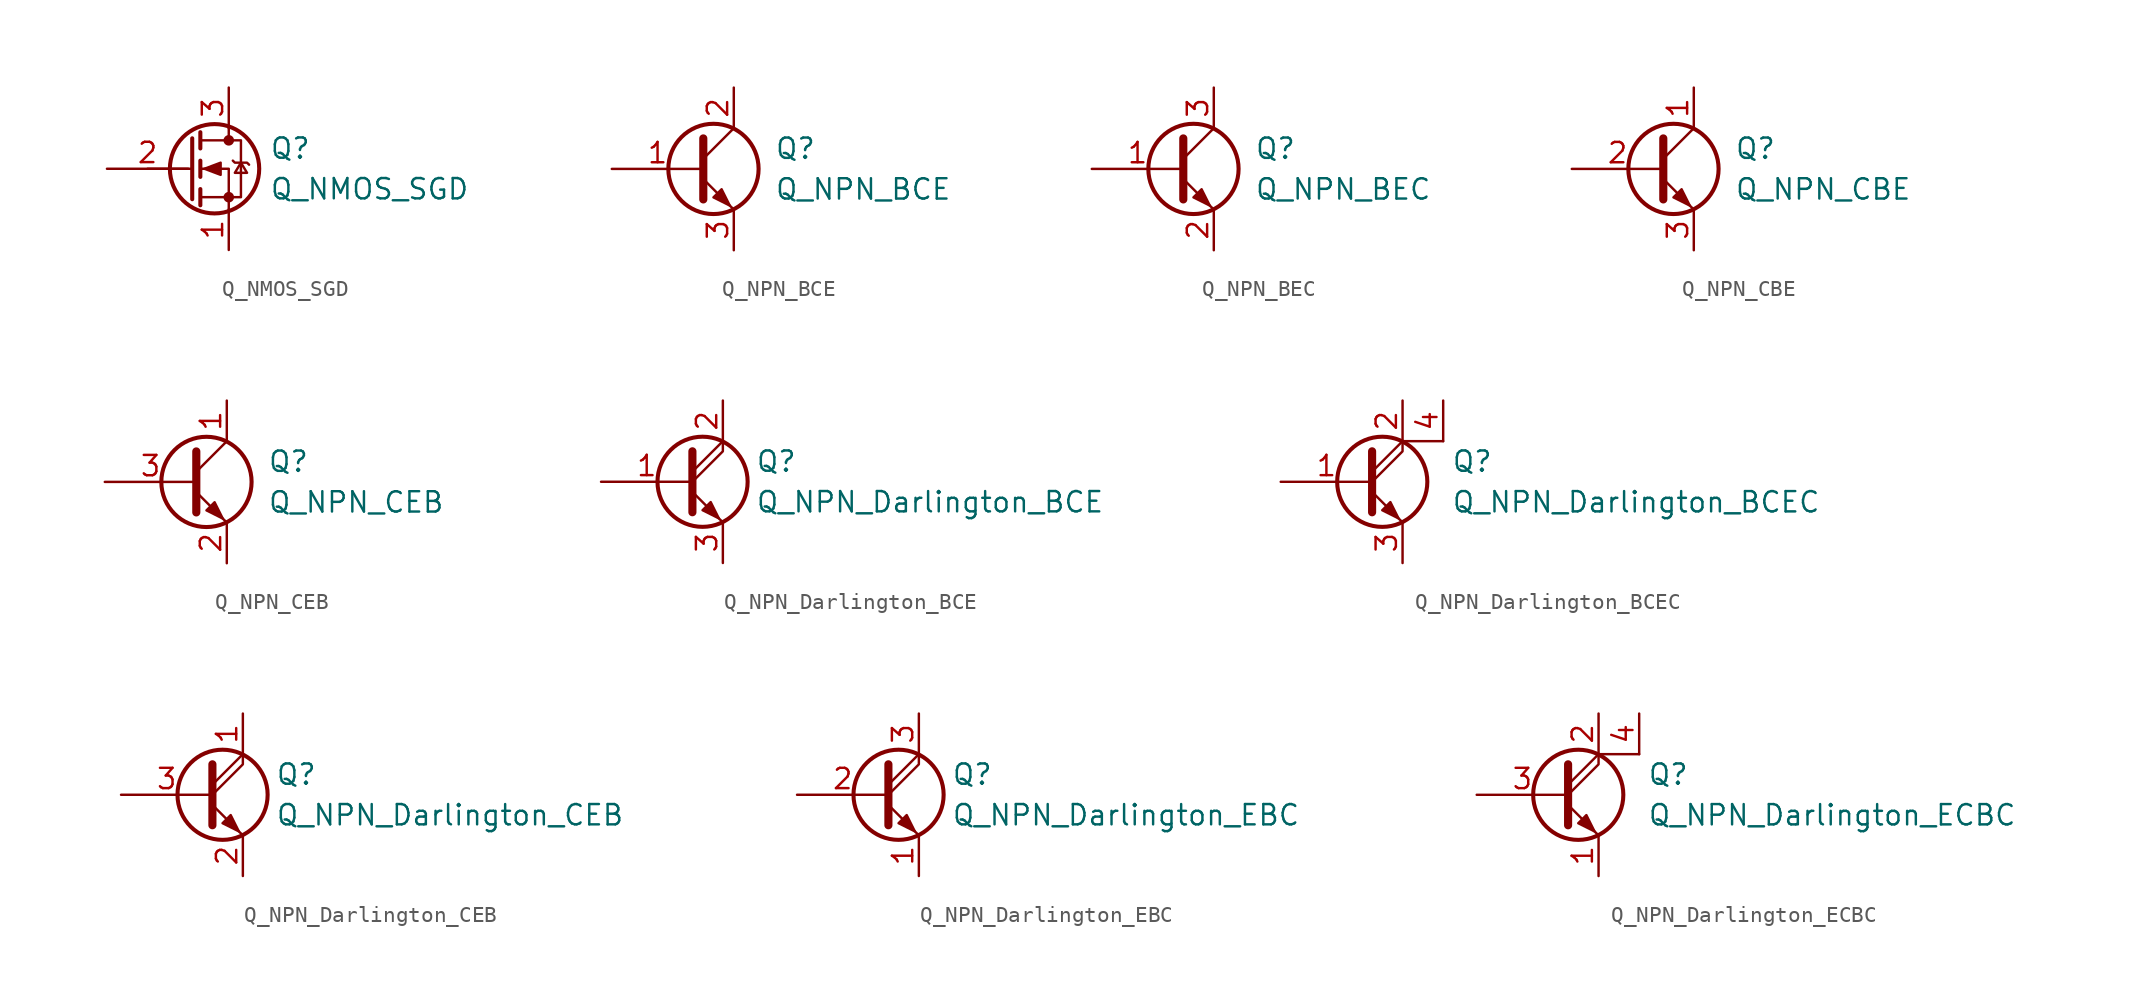
<source format=kicad_sym>
(kicad_symbol_lib
  (version 20211014)
  (generator kicad_symbol_editor)
  (symbol "Q_NMOS_SGD"
    (pin_names
      (offset 0) hide)
    (property "Reference" "Q"
      (at 5.08 1.27 0)
      (effects (font (size 1.27 1.27)) (justify left)))
    (property "Value" "Q_NMOS_SGD"
      (at 5.08 -1.27 0)
      (effects (font (size 1.27 1.27)) (justify left)))
    (symbol "Q_NMOS_SGD_0_1"
      (polyline (pts (xy 0.254 0) (xy -2.54 0)) (stroke (width 0) (type default) (color 0 0 0 0)) (fill (type none)))
      (polyline (pts (xy 0.254 1.905) (xy 0.254 -1.905)) (stroke (width 0.254) (type default) (color 0 0 0 0)) (fill (type none)))
      (polyline (pts (xy 0.762 -1.27) (xy 0.762 -2.286)) (stroke (width 0.254) (type default) (color 0 0 0 0)) (fill (type none)))
      (polyline (pts (xy 0.762 0.508) (xy 0.762 -0.508)) (stroke (width 0.254) (type default) (color 0 0 0 0)) (fill (type none)))
      (polyline (pts (xy 0.762 2.286) (xy 0.762 1.27)) (stroke (width 0.254) (type default) (color 0 0 0 0)) (fill (type none)))
      (polyline (pts (xy 2.54 2.54) (xy 2.54 1.778)) (stroke (width 0) (type default) (color 0 0 0 0)) (fill (type none)))
      (polyline (pts (xy 2.54 -2.54) (xy 2.54 0) (xy 0.762 0)) (stroke (width 0) (type default) (color 0 0 0 0)) (fill (type none)))
      (polyline (pts (xy 0.762 -1.778) (xy 3.302 -1.778) (xy 3.302 1.778) (xy 0.762 1.778)) (stroke (width 0) (type default) (color 0 0 0 0)) (fill (type none)))
      (polyline (pts (xy 1.016 0) (xy 2.032 0.381) (xy 2.032 -0.381) (xy 1.016 0)) (stroke (width 0) (type default) (color 0 0 0 0)) (fill (type outline)))
      (polyline (pts (xy 2.794 0.508) (xy 2.921 0.381) (xy 3.683 0.381) (xy 3.81 0.254)) (stroke (width 0) (type default) (color 0 0 0 0)) (fill (type none)))
      (polyline (pts (xy 3.302 0.381) (xy 2.921 -0.254) (xy 3.683 -0.254) (xy 3.302 0.381)) (stroke (width 0) (type default) (color 0 0 0 0)) (fill (type none)))
      (circle (center 1.651 0) (radius 2.794) (stroke (width 0.254) (type default) (color 0 0 0 0)) (fill (type none)))
      (circle (center 2.54 -1.778) (radius 0.254) (stroke (width 0) (type default) (color 0 0 0 0)) (fill (type outline)))
      (circle (center 2.54 1.778) (radius 0.254) (stroke (width 0) (type default) (color 0 0 0 0)) (fill (type outline))))
    (symbol "Q_NMOS_SGD_1_1"
      (pin passive line (at 2.54 -5.08 90) (length 2.54) (name "S" (effects (font (size 1.27 1.27)))) (number "1" (effects (font (size 1.27 1.27)))))
      (pin input line (at -5.08 0 0) (length 5.08) (name "G" (effects (font (size 1.27 1.27)))) (number "2" (effects (font (size 1.27 1.27)))))
      (pin passive line (at 2.54 5.08 270) (length 2.54) (name "D" (effects (font (size 1.27 1.27)))) (number "3" (effects (font (size 1.27 1.27)))))))
  (symbol "Q_NPN_BCE"
    (pin_names
      (offset 0) hide)
    (property "Reference" "Q"
      (at 5.08 1.27 0)
      (effects (font (size 1.27 1.27)) (justify left)))
    (property "Value" "Q_NPN_BCE"
      (at 5.08 -1.27 0)
      (effects (font (size 1.27 1.27)) (justify left)))
    (symbol "Q_NPN_BCE_0_1"
      (polyline (pts (xy 0.635 0.635) (xy 2.54 2.54)) (stroke (width 0) (type default) (color 0 0 0 0)) (fill (type none)))
      (polyline (pts (xy 0.635 -0.635) (xy 2.54 -2.54) (xy 2.54 -2.54)) (stroke (width 0) (type default) (color 0 0 0 0)) (fill (type none)))
      (polyline (pts (xy 0.635 1.905) (xy 0.635 -1.905) (xy 0.635 -1.905)) (stroke (width 0.508) (type default) (color 0 0 0 0)) (fill (type none)))
      (polyline (pts (xy 1.27 -1.778) (xy 1.778 -1.27) (xy 2.286 -2.286) (xy 1.27 -1.778) (xy 1.27 -1.778)) (stroke (width 0) (type default) (color 0 0 0 0)) (fill (type outline)))
      (circle (center 1.27 0) (radius 2.819) (stroke (width 0.254) (type default) (color 0 0 0 0)) (fill (type none))))
    (symbol "Q_NPN_BCE_1_1"
      (pin input line (at -5.08 0 0) (length 5.715) (name "B" (effects (font (size 1.27 1.27)))) (number "1" (effects (font (size 1.27 1.27)))))
      (pin passive line (at 2.54 5.08 270) (length 2.54) (name "C" (effects (font (size 1.27 1.27)))) (number "2" (effects (font (size 1.27 1.27)))))
      (pin passive line (at 2.54 -5.08 90) (length 2.54) (name "E" (effects (font (size 1.27 1.27)))) (number "3" (effects (font (size 1.27 1.27)))))))
  (symbol "Q_NPN_BEC"
    (pin_names
      (offset 0) hide)
    (property "Reference" "Q"
      (at 5.08 1.27 0)
      (effects (font (size 1.27 1.27)) (justify left)))
    (property "Value" "Q_NPN_BEC"
      (at 5.08 -1.27 0)
      (effects (font (size 1.27 1.27)) (justify left)))
    (symbol "Q_NPN_BEC_0_1"
      (polyline (pts (xy 0.635 0.635) (xy 2.54 2.54)) (stroke (width 0) (type default) (color 0 0 0 0)) (fill (type none)))
      (polyline (pts (xy 0.635 -0.635) (xy 2.54 -2.54) (xy 2.54 -2.54)) (stroke (width 0) (type default) (color 0 0 0 0)) (fill (type none)))
      (polyline (pts (xy 0.635 1.905) (xy 0.635 -1.905) (xy 0.635 -1.905)) (stroke (width 0.508) (type default) (color 0 0 0 0)) (fill (type none)))
      (polyline (pts (xy 1.27 -1.778) (xy 1.778 -1.27) (xy 2.286 -2.286) (xy 1.27 -1.778) (xy 1.27 -1.778)) (stroke (width 0) (type default) (color 0 0 0 0)) (fill (type outline)))
      (circle (center 1.27 0) (radius 2.819) (stroke (width 0.254) (type default) (color 0 0 0 0)) (fill (type none))))
    (symbol "Q_NPN_BEC_1_1"
      (pin input line (at -5.08 0 0) (length 5.715) (name "B" (effects (font (size 1.27 1.27)))) (number "1" (effects (font (size 1.27 1.27)))))
      (pin passive line (at 2.54 -5.08 90) (length 2.54) (name "E" (effects (font (size 1.27 1.27)))) (number "2" (effects (font (size 1.27 1.27)))))
      (pin passive line (at 2.54 5.08 270) (length 2.54) (name "C" (effects (font (size 1.27 1.27)))) (number "3" (effects (font (size 1.27 1.27)))))))
  (symbol "Q_NPN_CBE"
    (pin_names
      (offset 0) hide)
    (property "Reference" "Q"
      (at 5.08 1.27 0)
      (effects (font (size 1.27 1.27)) (justify left)))
    (property "Value" "Q_NPN_CBE"
      (at 5.08 -1.27 0)
      (effects (font (size 1.27 1.27)) (justify left)))
    (symbol "Q_NPN_CBE_0_1"
      (polyline (pts (xy 0.635 0.635) (xy 2.54 2.54)) (stroke (width 0) (type default) (color 0 0 0 0)) (fill (type none)))
      (polyline (pts (xy 0.635 -0.635) (xy 2.54 -2.54) (xy 2.54 -2.54)) (stroke (width 0) (type default) (color 0 0 0 0)) (fill (type none)))
      (polyline (pts (xy 0.635 1.905) (xy 0.635 -1.905) (xy 0.635 -1.905)) (stroke (width 0.508) (type default) (color 0 0 0 0)) (fill (type none)))
      (polyline (pts (xy 1.27 -1.778) (xy 1.778 -1.27) (xy 2.286 -2.286) (xy 1.27 -1.778) (xy 1.27 -1.778)) (stroke (width 0) (type default) (color 0 0 0 0)) (fill (type outline)))
      (circle (center 1.27 0) (radius 2.819) (stroke (width 0.254) (type default) (color 0 0 0 0)) (fill (type none))))
    (symbol "Q_NPN_CBE_1_1"
      (pin passive line (at 2.54 5.08 270) (length 2.54) (name "C" (effects (font (size 1.27 1.27)))) (number "1" (effects (font (size 1.27 1.27)))))
      (pin input line (at -5.08 0 0) (length 5.715) (name "B" (effects (font (size 1.27 1.27)))) (number "2" (effects (font (size 1.27 1.27)))))
      (pin passive line (at 2.54 -5.08 90) (length 2.54) (name "E" (effects (font (size 1.27 1.27)))) (number "3" (effects (font (size 1.27 1.27)))))))
  (symbol "Q_NPN_CEB"
    (pin_names
      (offset 0) hide)
    (property "Reference" "Q"
      (at 5.08 1.27 0)
      (effects (font (size 1.27 1.27)) (justify left)))
    (property "Value" "Q_NPN_CEB"
      (at 5.08 -1.27 0)
      (effects (font (size 1.27 1.27)) (justify left)))
    (symbol "Q_NPN_CEB_0_1"
      (polyline (pts (xy 0.635 0.635) (xy 2.54 2.54)) (stroke (width 0) (type default) (color 0 0 0 0)) (fill (type none)))
      (polyline (pts (xy 0.635 -0.635) (xy 2.54 -2.54) (xy 2.54 -2.54)) (stroke (width 0) (type default) (color 0 0 0 0)) (fill (type none)))
      (polyline (pts (xy 0.635 1.905) (xy 0.635 -1.905) (xy 0.635 -1.905)) (stroke (width 0.508) (type default) (color 0 0 0 0)) (fill (type none)))
      (polyline (pts (xy 1.27 -1.778) (xy 1.778 -1.27) (xy 2.286 -2.286) (xy 1.27 -1.778) (xy 1.27 -1.778)) (stroke (width 0) (type default) (color 0 0 0 0)) (fill (type outline)))
      (circle (center 1.27 0) (radius 2.819) (stroke (width 0.254) (type default) (color 0 0 0 0)) (fill (type none))))
    (symbol "Q_NPN_CEB_1_1"
      (pin passive line (at 2.54 5.08 270) (length 2.54) (name "C" (effects (font (size 1.27 1.27)))) (number "1" (effects (font (size 1.27 1.27)))))
      (pin passive line (at 2.54 -5.08 90) (length 2.54) (name "E" (effects (font (size 1.27 1.27)))) (number "2" (effects (font (size 1.27 1.27)))))
      (pin input line (at -5.08 0 0) (length 5.715) (name "B" (effects (font (size 1.27 1.27)))) (number "3" (effects (font (size 1.27 1.27)))))))
  (symbol "Q_NPN_Darlington_BCE"
    (pin_names
      (offset 0) hide)
    (property "Reference" "Q"
      (at 4.572 1.27 0)
      (effects (font (size 1.27 1.27)) (justify left)))
    (property "Value" "Q_NPN_Darlington_BCE"
      (at 4.572 -1.27 0)
      (effects (font (size 1.27 1.27)) (justify left)))
    (symbol "Q_NPN_Darlington_BCE_0_1"
      (polyline (pts (xy 0.635 0.635) (xy 2.54 2.54)) (stroke (width 0) (type default) (color 0 0 0 0)) (fill (type none)))
      (polyline (pts (xy 0.635 -0.635) (xy 2.54 -2.54) (xy 2.54 -2.54)) (stroke (width 0) (type default) (color 0 0 0 0)) (fill (type none)))
      (polyline (pts (xy 0.635 0) (xy 2.54 1.905) (xy 2.54 2.54)) (stroke (width 0) (type default) (color 0 0 0 0)) (fill (type none)))
      (polyline (pts (xy 0.635 1.905) (xy 0.635 -1.905) (xy 0.635 -1.905)) (stroke (width 0.508) (type default) (color 0 0 0 0)) (fill (type none)))
      (polyline (pts (xy 1.27 -1.778) (xy 1.778 -1.27) (xy 2.286 -2.286) (xy 1.27 -1.778) (xy 1.27 -1.778)) (stroke (width 0) (type default) (color 0 0 0 0)) (fill (type outline)))
      (circle (center 1.27 0) (radius 2.819) (stroke (width 0.254) (type default) (color 0 0 0 0)) (fill (type none))))
    (symbol "Q_NPN_Darlington_BCE_1_1"
      (pin input line (at -5.08 0 0) (length 5.715) (name "B" (effects (font (size 1.27 1.27)))) (number "1" (effects (font (size 1.27 1.27)))))
      (pin passive line (at 2.54 5.08 270) (length 2.54) (name "C" (effects (font (size 1.27 1.27)))) (number "2" (effects (font (size 1.27 1.27)))))
      (pin passive line (at 2.54 -5.08 90) (length 2.54) (name "E" (effects (font (size 1.27 1.27)))) (number "3" (effects (font (size 1.27 1.27)))))))
  (symbol "Q_NPN_Darlington_BCEC"
    (pin_names
      (offset 0) hide)
    (property "Reference" "Q"
      (at 5.588 1.27 0)
      (effects (font (size 1.27 1.27)) (justify left)))
    (property "Value" "Q_NPN_Darlington_BCEC"
      (at 5.588 -1.27 0)
      (effects (font (size 1.27 1.27)) (justify left)))
    (symbol "Q_NPN_Darlington_BCEC_0_1"
      (polyline (pts (xy 0.635 0.635) (xy 2.54 2.54)) (stroke (width 0) (type default) (color 0 0 0 0)) (fill (type none)))
      (polyline (pts (xy 5.08 2.54) (xy 2.54 2.54)) (stroke (width 0) (type default) (color 0 0 0 0)) (fill (type none)))
      (polyline (pts (xy 0.635 -0.635) (xy 2.54 -2.54) (xy 2.54 -2.54)) (stroke (width 0) (type default) (color 0 0 0 0)) (fill (type none)))
      (polyline (pts (xy 0.635 0) (xy 2.54 1.905) (xy 2.54 2.54)) (stroke (width 0) (type default) (color 0 0 0 0)) (fill (type none)))
      (polyline (pts (xy 0.635 1.905) (xy 0.635 -1.905) (xy 0.635 -1.905)) (stroke (width 0.508) (type default) (color 0 0 0 0)) (fill (type none)))
      (polyline (pts (xy 1.27 -1.778) (xy 1.778 -1.27) (xy 2.286 -2.286) (xy 1.27 -1.778) (xy 1.27 -1.778)) (stroke (width 0) (type default) (color 0 0 0 0)) (fill (type outline)))
      (circle (center 1.27 0) (radius 2.819) (stroke (width 0.254) (type default) (color 0 0 0 0)) (fill (type none))))
    (symbol "Q_NPN_Darlington_BCEC_1_1"
      (pin input line (at -5.08 0 0) (length 5.715) (name "B" (effects (font (size 1.27 1.27)))) (number "1" (effects (font (size 1.27 1.27)))))
      (pin passive line (at 2.54 5.08 270) (length 2.54) (name "C" (effects (font (size 1.27 1.27)))) (number "2" (effects (font (size 1.27 1.27)))))
      (pin passive line (at 2.54 -5.08 90) (length 2.54) (name "E" (effects (font (size 1.27 1.27)))) (number "3" (effects (font (size 1.27 1.27)))))
      (pin input line (at 5.08 5.08 270) (length 2.54) (name "C2" (effects (font (size 1.27 1.27)))) (number "4" (effects (font (size 1.27 1.27)))))))
  (symbol "Q_NPN_Darlington_CEB"
    (pin_names
      (offset 0) hide)
    (property "Reference" "Q"
      (at 4.572 1.27 0)
      (effects (font (size 1.27 1.27)) (justify left)))
    (property "Value" "Q_NPN_Darlington_CEB"
      (at 4.572 -1.27 0)
      (effects (font (size 1.27 1.27)) (justify left)))
    (symbol "Q_NPN_Darlington_CEB_0_1"
      (polyline (pts (xy 0.635 0.635) (xy 2.54 2.54)) (stroke (width 0) (type default) (color 0 0 0 0)) (fill (type none)))
      (polyline (pts (xy 0.635 -0.635) (xy 2.54 -2.54) (xy 2.54 -2.54)) (stroke (width 0) (type default) (color 0 0 0 0)) (fill (type none)))
      (polyline (pts (xy 0.635 0) (xy 2.54 1.905) (xy 2.54 2.54)) (stroke (width 0) (type default) (color 0 0 0 0)) (fill (type none)))
      (polyline (pts (xy 0.635 1.905) (xy 0.635 -1.905) (xy 0.635 -1.905)) (stroke (width 0.508) (type default) (color 0 0 0 0)) (fill (type none)))
      (polyline (pts (xy 1.27 -1.778) (xy 1.778 -1.27) (xy 2.286 -2.286) (xy 1.27 -1.778) (xy 1.27 -1.778)) (stroke (width 0) (type default) (color 0 0 0 0)) (fill (type outline)))
      (circle (center 1.27 0) (radius 2.819) (stroke (width 0.254) (type default) (color 0 0 0 0)) (fill (type none))))
    (symbol "Q_NPN_Darlington_CEB_1_1"
      (pin passive line (at 2.54 5.08 270) (length 2.54) (name "C" (effects (font (size 1.27 1.27)))) (number "1" (effects (font (size 1.27 1.27)))))
      (pin passive line (at 2.54 -5.08 90) (length 2.54) (name "E" (effects (font (size 1.27 1.27)))) (number "2" (effects (font (size 1.27 1.27)))))
      (pin input line (at -5.08 0 0) (length 5.715) (name "B" (effects (font (size 1.27 1.27)))) (number "3" (effects (font (size 1.27 1.27)))))))
  (symbol "Q_NPN_Darlington_EBC"
    (pin_names
      (offset 0) hide)
    (property "Reference" "Q"
      (at 4.572 1.27 0)
      (effects (font (size 1.27 1.27)) (justify left)))
    (property "Value" "Q_NPN_Darlington_EBC"
      (at 4.572 -1.27 0)
      (effects (font (size 1.27 1.27)) (justify left)))
    (symbol "Q_NPN_Darlington_EBC_0_1"
      (polyline (pts (xy 0.635 0.635) (xy 2.54 2.54)) (stroke (width 0) (type default) (color 0 0 0 0)) (fill (type none)))
      (polyline (pts (xy 0.635 -0.635) (xy 2.54 -2.54) (xy 2.54 -2.54)) (stroke (width 0) (type default) (color 0 0 0 0)) (fill (type none)))
      (polyline (pts (xy 0.635 0) (xy 2.54 1.905) (xy 2.54 2.54)) (stroke (width 0) (type default) (color 0 0 0 0)) (fill (type none)))
      (polyline (pts (xy 0.635 1.905) (xy 0.635 -1.905) (xy 0.635 -1.905)) (stroke (width 0.508) (type default) (color 0 0 0 0)) (fill (type none)))
      (polyline (pts (xy 1.27 -1.778) (xy 1.778 -1.27) (xy 2.286 -2.286) (xy 1.27 -1.778) (xy 1.27 -1.778)) (stroke (width 0) (type default) (color 0 0 0 0)) (fill (type outline)))
      (circle (center 1.27 0) (radius 2.819) (stroke (width 0.254) (type default) (color 0 0 0 0)) (fill (type none))))
    (symbol "Q_NPN_Darlington_EBC_1_1"
      (pin passive line (at 2.54 -5.08 90) (length 2.54) (name "E" (effects (font (size 1.27 1.27)))) (number "1" (effects (font (size 1.27 1.27)))))
      (pin passive line (at -5.08 0 0) (length 5.715) (name "B" (effects (font (size 1.27 1.27)))) (number "2" (effects (font (size 1.27 1.27)))))
      (pin passive line (at 2.54 5.08 270) (length 2.54) (name "C" (effects (font (size 1.27 1.27)))) (number "3" (effects (font (size 1.27 1.27)))))))
  (symbol "Q_NPN_Darlington_ECBC"
    (pin_names
      (offset 0) hide)
    (property "Reference" "Q"
      (at 5.588 1.27 0)
      (effects (font (size 1.27 1.27)) (justify left)))
    (property "Value" "Q_NPN_Darlington_ECBC"
      (at 5.588 -1.27 0)
      (effects (font (size 1.27 1.27)) (justify left)))
    (symbol "Q_NPN_Darlington_ECBC_0_1"
      (polyline (pts (xy 0.635 0.635) (xy 2.54 2.54)) (stroke (width 0) (type default) (color 0 0 0 0)) (fill (type none)))
      (polyline (pts (xy 5.08 2.54) (xy 2.54 2.54)) (stroke (width 0) (type default) (color 0 0 0 0)) (fill (type none)))
      (polyline (pts (xy 0.635 -0.635) (xy 2.54 -2.54) (xy 2.54 -2.54)) (stroke (width 0) (type default) (color 0 0 0 0)) (fill (type none)))
      (polyline (pts (xy 0.635 0) (xy 2.54 1.905) (xy 2.54 2.54)) (stroke (width 0) (type default) (color 0 0 0 0)) (fill (type none)))
      (polyline (pts (xy 0.635 1.905) (xy 0.635 -1.905) (xy 0.635 -1.905)) (stroke (width 0.508) (type default) (color 0 0 0 0)) (fill (type none)))
      (polyline (pts (xy 1.27 -1.778) (xy 1.778 -1.27) (xy 2.286 -2.286) (xy 1.27 -1.778) (xy 1.27 -1.778)) (stroke (width 0) (type default) (color 0 0 0 0)) (fill (type outline)))
      (circle (center 1.27 0) (radius 2.819) (stroke (width 0.254) (type default) (color 0 0 0 0)) (fill (type none))))
    (symbol "Q_NPN_Darlington_ECBC_1_1"
      (pin passive line (at 2.54 -5.08 90) (length 2.54) (name "E" (effects (font (size 1.27 1.27)))) (number "1" (effects (font (size 1.27 1.27)))))
      (pin passive line (at 2.54 5.08 270) (length 2.54) (name "C" (effects (font (size 1.27 1.27)))) (number "2" (effects (font (size 1.27 1.27)))))
      (pin passive line (at -5.08 0 0) (length 5.715) (name "B" (effects (font (size 1.27 1.27)))) (number "3" (effects (font (size 1.27 1.27)))))
      (pin input line (at 5.08 5.08 270) (length 2.54) (name "C2" (effects (font (size 1.27 1.27)))) (number "4" (effects (font (size 1.27 1.27))))))))
</source>
